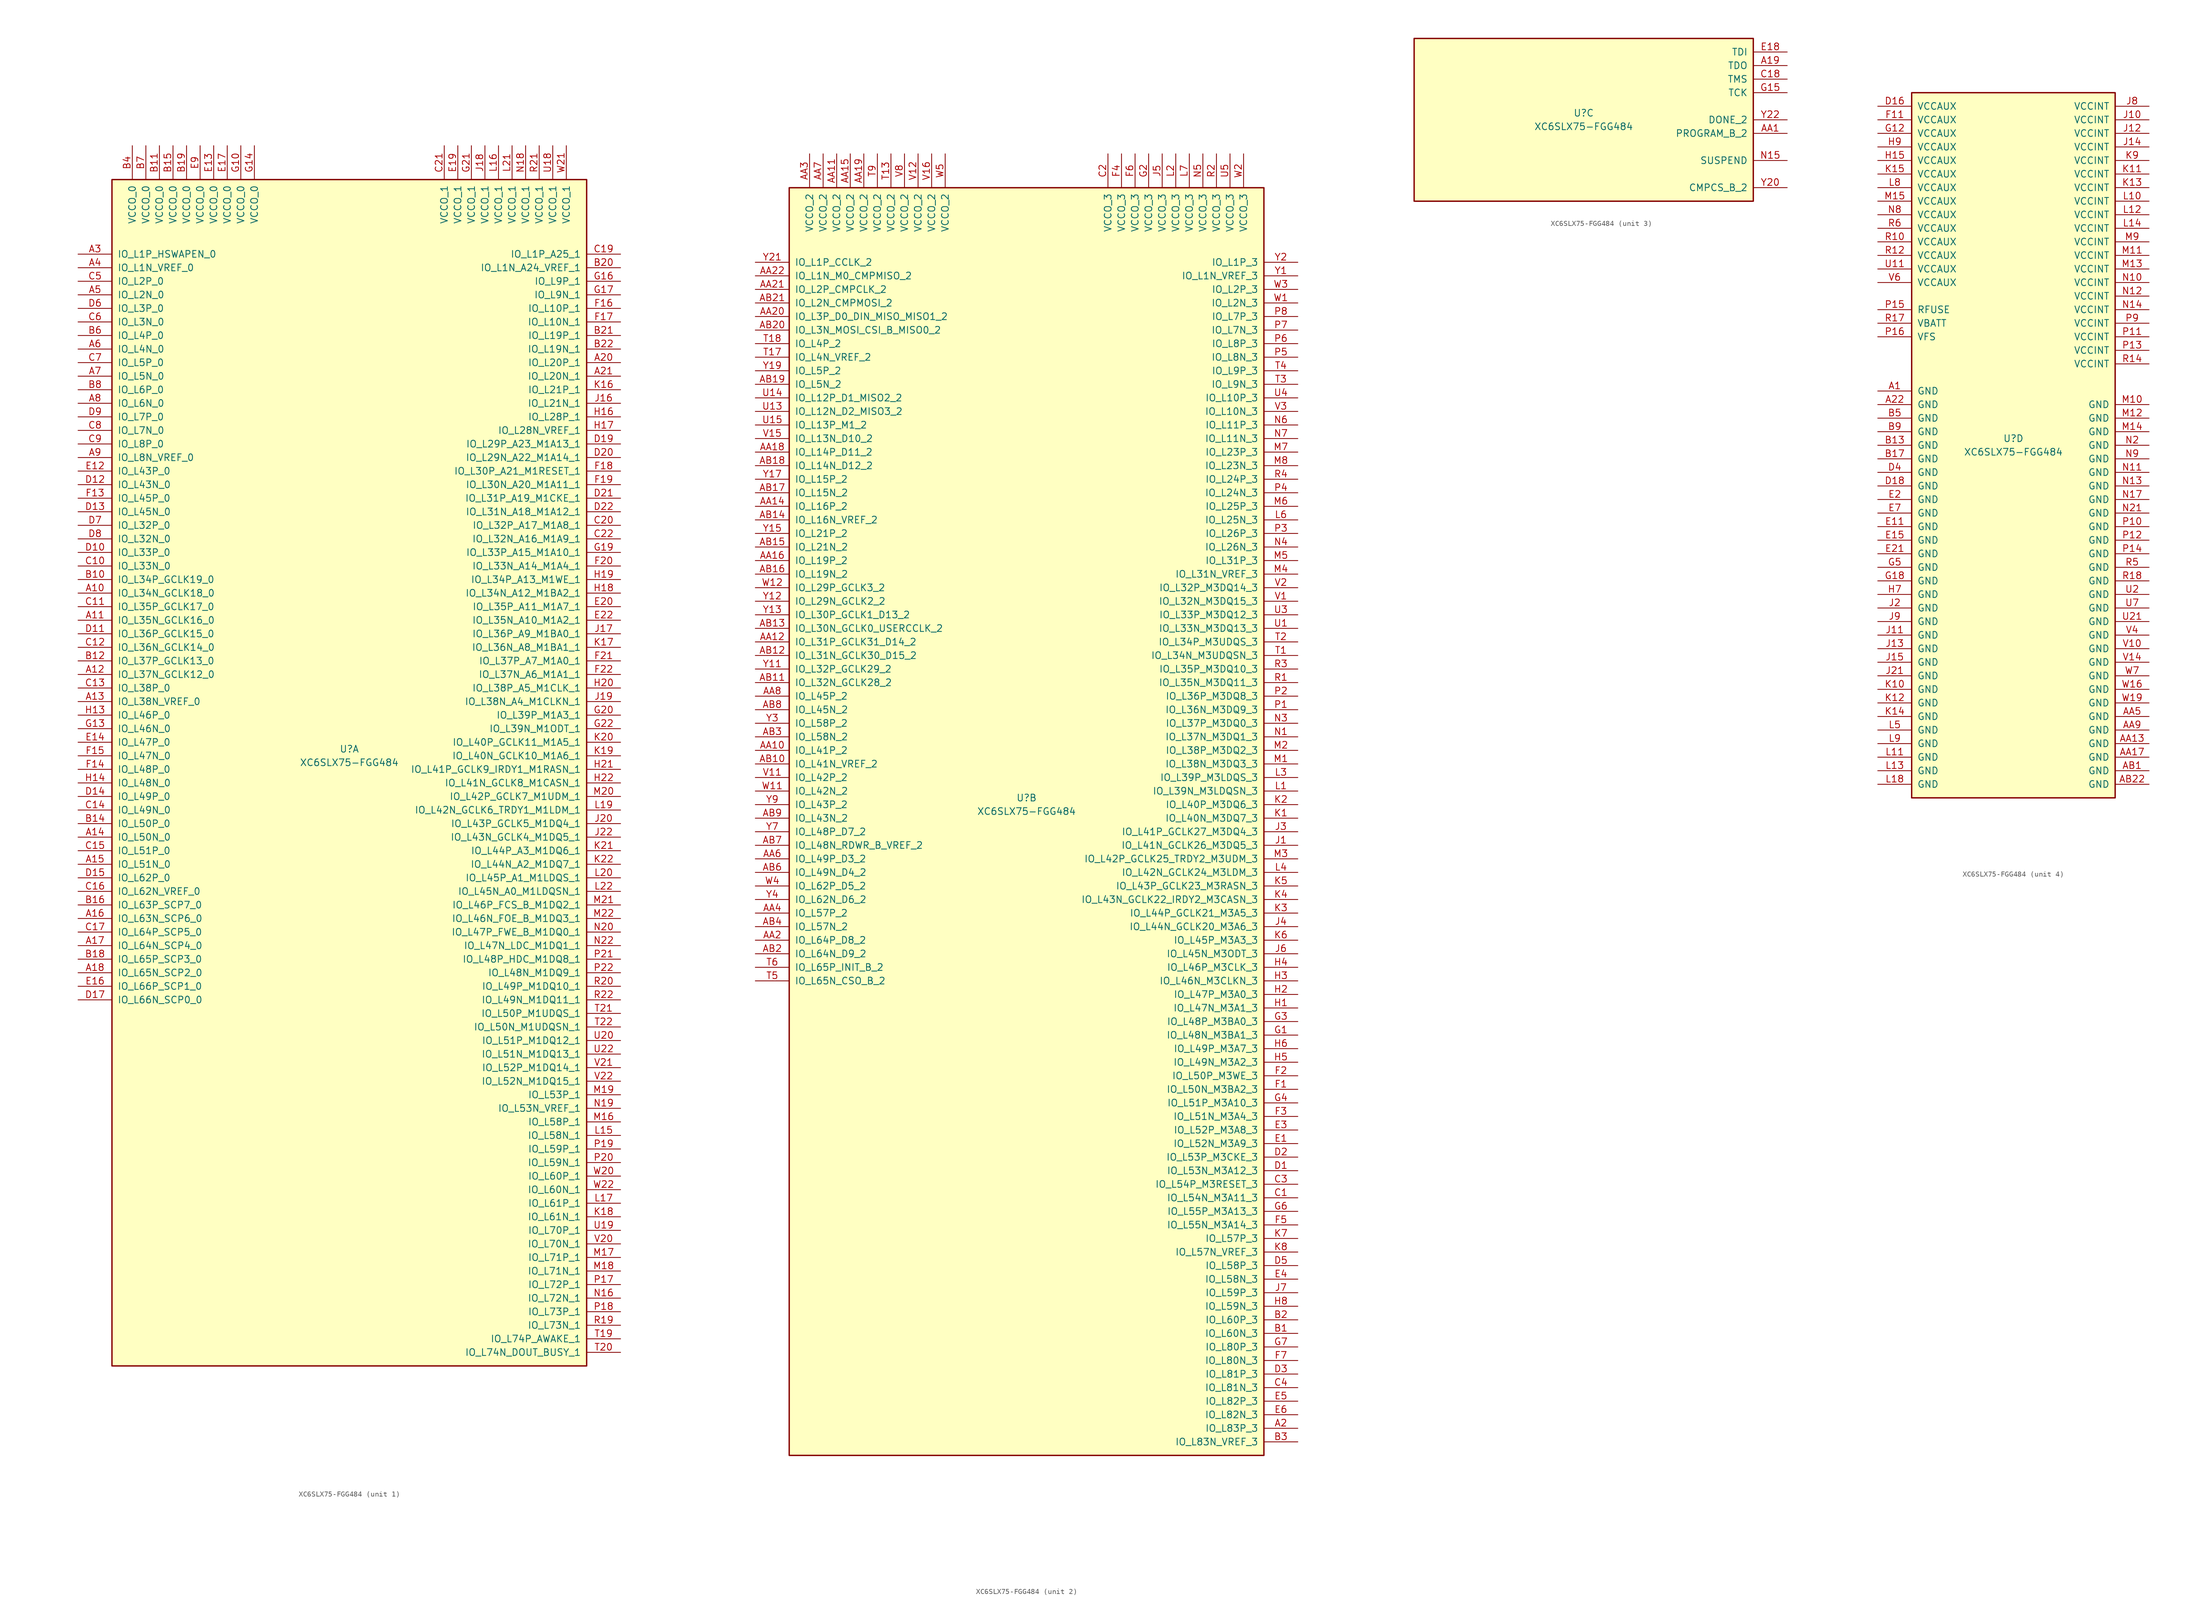
<source format=kicad_sym>
(kicad_symbol_lib
  (version 20201005)
  (generator kicad_symbol_editor)
  (symbol "FPGA_Xilinx_Spartan6:XC6SLX75-FGG484"
    (pin_names
      (offset 1.016))
    (property "Reference" "U"
      (at 0 1.27 0)
      (effects (font (size 1.27 1.27))))
    (property "Value" "XC6SLX75-FGG484"
      (at 0 -1.27 0)
      (effects (font (size 1.27 1.27))))
    (property "Datasheet" ""
      (at 0 0 0)
      (effects (font (size 1.27 1.27))))
    (property "ki_locked" ""
      (at 0 0 0)
      (effects (font (size 1.27 1.27))))
    (symbol "XC6SLX75-FGG484_1_1"
      (rectangle (start -44.45 107.95) (end 44.45 -114.3) (stroke (width 0.254)) (fill (type background)))
      (pin power_in line (at -40.64 114.3 270) (length 6.35) (name "VCCO_0" (effects (font (size 1.27 1.27)))) (number "B4" (effects (font (size 1.27 1.27)))))
      (pin power_in line (at -38.1 114.3 270) (length 6.35) (name "VCCO_0" (effects (font (size 1.27 1.27)))) (number "B7" (effects (font (size 1.27 1.27)))))
      (pin power_in line (at -35.56 114.3 270) (length 6.35) (name "VCCO_0" (effects (font (size 1.27 1.27)))) (number "B11" (effects (font (size 1.27 1.27)))))
      (pin power_in line (at -33.02 114.3 270) (length 6.35) (name "VCCO_0" (effects (font (size 1.27 1.27)))) (number "B15" (effects (font (size 1.27 1.27)))))
      (pin power_in line (at -30.48 114.3 270) (length 6.35) (name "VCCO_0" (effects (font (size 1.27 1.27)))) (number "B19" (effects (font (size 1.27 1.27)))))
      (pin power_in line (at -27.94 114.3 270) (length 6.35) (name "VCCO_0" (effects (font (size 1.27 1.27)))) (number "E9" (effects (font (size 1.27 1.27)))))
      (pin power_in line (at -25.4 114.3 270) (length 6.35) (name "VCCO_0" (effects (font (size 1.27 1.27)))) (number "E13" (effects (font (size 1.27 1.27)))))
      (pin power_in line (at -22.86 114.3 270) (length 6.35) (name "VCCO_0" (effects (font (size 1.27 1.27)))) (number "E17" (effects (font (size 1.27 1.27)))))
      (pin power_in line (at -20.32 114.3 270) (length 6.35) (name "VCCO_0" (effects (font (size 1.27 1.27)))) (number "G10" (effects (font (size 1.27 1.27)))))
      (pin power_in line (at -17.78 114.3 270) (length 6.35) (name "VCCO_0" (effects (font (size 1.27 1.27)))) (number "G14" (effects (font (size 1.27 1.27)))))
      (pin bidirectional line (at -50.8 93.98 0) (length 6.35) (name "IO_L1P_HSWAPEN_0" (effects (font (size 1.27 1.27)))) (number "A3" (effects (font (size 1.27 1.27)))))
      (pin bidirectional line (at -50.8 91.44 0) (length 6.35) (name "IO_L1N_VREF_0" (effects (font (size 1.27 1.27)))) (number "A4" (effects (font (size 1.27 1.27)))))
      (pin bidirectional line (at -50.8 88.9 0) (length 6.35) (name "IO_L2P_0" (effects (font (size 1.27 1.27)))) (number "C5" (effects (font (size 1.27 1.27)))))
      (pin bidirectional line (at -50.8 86.36 0) (length 6.35) (name "IO_L2N_0" (effects (font (size 1.27 1.27)))) (number "A5" (effects (font (size 1.27 1.27)))))
      (pin bidirectional line (at -50.8 83.82 0) (length 6.35) (name "IO_L3P_0" (effects (font (size 1.27 1.27)))) (number "D6" (effects (font (size 1.27 1.27)))))
      (pin bidirectional line (at -50.8 81.28 0) (length 6.35) (name "IO_L3N_0" (effects (font (size 1.27 1.27)))) (number "C6" (effects (font (size 1.27 1.27)))))
      (pin bidirectional line (at -50.8 78.74 0) (length 6.35) (name "IO_L4P_0" (effects (font (size 1.27 1.27)))) (number "B6" (effects (font (size 1.27 1.27)))))
      (pin bidirectional line (at -50.8 76.2 0) (length 6.35) (name "IO_L4N_0" (effects (font (size 1.27 1.27)))) (number "A6" (effects (font (size 1.27 1.27)))))
      (pin bidirectional line (at -50.8 73.66 0) (length 6.35) (name "IO_L5P_0" (effects (font (size 1.27 1.27)))) (number "C7" (effects (font (size 1.27 1.27)))))
      (pin bidirectional line (at -50.8 71.12 0) (length 6.35) (name "IO_L5N_0" (effects (font (size 1.27 1.27)))) (number "A7" (effects (font (size 1.27 1.27)))))
      (pin bidirectional line (at -50.8 68.58 0) (length 6.35) (name "IO_L6P_0" (effects (font (size 1.27 1.27)))) (number "B8" (effects (font (size 1.27 1.27)))))
      (pin bidirectional line (at -50.8 66.04 0) (length 6.35) (name "IO_L6N_0" (effects (font (size 1.27 1.27)))) (number "A8" (effects (font (size 1.27 1.27)))))
      (pin bidirectional line (at -50.8 63.5 0) (length 6.35) (name "IO_L7P_0" (effects (font (size 1.27 1.27)))) (number "D9" (effects (font (size 1.27 1.27)))))
      (pin bidirectional line (at -50.8 60.96 0) (length 6.35) (name "IO_L7N_0" (effects (font (size 1.27 1.27)))) (number "C8" (effects (font (size 1.27 1.27)))))
      (pin bidirectional line (at -50.8 58.42 0) (length 6.35) (name "IO_L8P_0" (effects (font (size 1.27 1.27)))) (number "C9" (effects (font (size 1.27 1.27)))))
      (pin bidirectional line (at -50.8 55.88 0) (length 6.35) (name "IO_L8N_VREF_0" (effects (font (size 1.27 1.27)))) (number "A9" (effects (font (size 1.27 1.27)))))
      (pin bidirectional line (at -50.8 53.34 0) (length 6.35) (name "IO_L43P_0" (effects (font (size 1.27 1.27)))) (number "E12" (effects (font (size 1.27 1.27)))))
      (pin bidirectional line (at -50.8 50.8 0) (length 6.35) (name "IO_L43N_0" (effects (font (size 1.27 1.27)))) (number "D12" (effects (font (size 1.27 1.27)))))
      (pin bidirectional line (at -50.8 48.26 0) (length 6.35) (name "IO_L45P_0" (effects (font (size 1.27 1.27)))) (number "F13" (effects (font (size 1.27 1.27)))))
      (pin bidirectional line (at -50.8 45.72 0) (length 6.35) (name "IO_L45N_0" (effects (font (size 1.27 1.27)))) (number "D13" (effects (font (size 1.27 1.27)))))
      (pin bidirectional line (at -50.8 43.18 0) (length 6.35) (name "IO_L32P_0" (effects (font (size 1.27 1.27)))) (number "D7" (effects (font (size 1.27 1.27)))))
      (pin bidirectional line (at -50.8 40.64 0) (length 6.35) (name "IO_L32N_0" (effects (font (size 1.27 1.27)))) (number "D8" (effects (font (size 1.27 1.27)))))
      (pin bidirectional line (at -50.8 38.1 0) (length 6.35) (name "IO_L33P_0" (effects (font (size 1.27 1.27)))) (number "D10" (effects (font (size 1.27 1.27)))))
      (pin bidirectional line (at -50.8 35.56 0) (length 6.35) (name "IO_L33N_0" (effects (font (size 1.27 1.27)))) (number "C10" (effects (font (size 1.27 1.27)))))
      (pin bidirectional line (at -50.8 33.02 0) (length 6.35) (name "IO_L34P_GCLK19_0" (effects (font (size 1.27 1.27)))) (number "B10" (effects (font (size 1.27 1.27)))))
      (pin bidirectional line (at -50.8 30.48 0) (length 6.35) (name "IO_L34N_GCLK18_0" (effects (font (size 1.27 1.27)))) (number "A10" (effects (font (size 1.27 1.27)))))
      (pin bidirectional line (at -50.8 27.94 0) (length 6.35) (name "IO_L35P_GCLK17_0" (effects (font (size 1.27 1.27)))) (number "C11" (effects (font (size 1.27 1.27)))))
      (pin bidirectional line (at -50.8 25.4 0) (length 6.35) (name "IO_L35N_GCLK16_0" (effects (font (size 1.27 1.27)))) (number "A11" (effects (font (size 1.27 1.27)))))
      (pin bidirectional line (at -50.8 22.86 0) (length 6.35) (name "IO_L36P_GCLK15_0" (effects (font (size 1.27 1.27)))) (number "D11" (effects (font (size 1.27 1.27)))))
      (pin bidirectional line (at -50.8 20.32 0) (length 6.35) (name "IO_L36N_GCLK14_0" (effects (font (size 1.27 1.27)))) (number "C12" (effects (font (size 1.27 1.27)))))
      (pin bidirectional line (at -50.8 17.78 0) (length 6.35) (name "IO_L37P_GCLK13_0" (effects (font (size 1.27 1.27)))) (number "B12" (effects (font (size 1.27 1.27)))))
      (pin bidirectional line (at -50.8 15.24 0) (length 6.35) (name "IO_L37N_GCLK12_0" (effects (font (size 1.27 1.27)))) (number "A12" (effects (font (size 1.27 1.27)))))
      (pin bidirectional line (at -50.8 12.7 0) (length 6.35) (name "IO_L38P_0" (effects (font (size 1.27 1.27)))) (number "C13" (effects (font (size 1.27 1.27)))))
      (pin bidirectional line (at -50.8 10.16 0) (length 6.35) (name "IO_L38N_VREF_0" (effects (font (size 1.27 1.27)))) (number "A13" (effects (font (size 1.27 1.27)))))
      (pin bidirectional line (at -50.8 7.62 0) (length 6.35) (name "IO_L46P_0" (effects (font (size 1.27 1.27)))) (number "H13" (effects (font (size 1.27 1.27)))))
      (pin bidirectional line (at -50.8 5.08 0) (length 6.35) (name "IO_L46N_0" (effects (font (size 1.27 1.27)))) (number "G13" (effects (font (size 1.27 1.27)))))
      (pin bidirectional line (at -50.8 2.54 0) (length 6.35) (name "IO_L47P_0" (effects (font (size 1.27 1.27)))) (number "E14" (effects (font (size 1.27 1.27)))))
      (pin bidirectional line (at -50.8 0 0) (length 6.35) (name "IO_L47N_0" (effects (font (size 1.27 1.27)))) (number "F15" (effects (font (size 1.27 1.27)))))
      (pin bidirectional line (at -50.8 -2.54 0) (length 6.35) (name "IO_L48P_0" (effects (font (size 1.27 1.27)))) (number "F14" (effects (font (size 1.27 1.27)))))
      (pin bidirectional line (at -50.8 -5.08 0) (length 6.35) (name "IO_L48N_0" (effects (font (size 1.27 1.27)))) (number "H14" (effects (font (size 1.27 1.27)))))
      (pin bidirectional line (at -50.8 -7.62 0) (length 6.35) (name "IO_L49P_0" (effects (font (size 1.27 1.27)))) (number "D14" (effects (font (size 1.27 1.27)))))
      (pin bidirectional line (at -50.8 -10.16 0) (length 6.35) (name "IO_L49N_0" (effects (font (size 1.27 1.27)))) (number "C14" (effects (font (size 1.27 1.27)))))
      (pin bidirectional line (at -50.8 -12.7 0) (length 6.35) (name "IO_L50P_0" (effects (font (size 1.27 1.27)))) (number "B14" (effects (font (size 1.27 1.27)))))
      (pin bidirectional line (at -50.8 -15.24 0) (length 6.35) (name "IO_L50N_0" (effects (font (size 1.27 1.27)))) (number "A14" (effects (font (size 1.27 1.27)))))
      (pin bidirectional line (at -50.8 -17.78 0) (length 6.35) (name "IO_L51P_0" (effects (font (size 1.27 1.27)))) (number "C15" (effects (font (size 1.27 1.27)))))
      (pin bidirectional line (at -50.8 -20.32 0) (length 6.35) (name "IO_L51N_0" (effects (font (size 1.27 1.27)))) (number "A15" (effects (font (size 1.27 1.27)))))
      (pin bidirectional line (at -50.8 -22.86 0) (length 6.35) (name "IO_L62P_0" (effects (font (size 1.27 1.27)))) (number "D15" (effects (font (size 1.27 1.27)))))
      (pin bidirectional line (at -50.8 -25.4 0) (length 6.35) (name "IO_L62N_VREF_0" (effects (font (size 1.27 1.27)))) (number "C16" (effects (font (size 1.27 1.27)))))
      (pin bidirectional line (at -50.8 -27.94 0) (length 6.35) (name "IO_L63P_SCP7_0" (effects (font (size 1.27 1.27)))) (number "B16" (effects (font (size 1.27 1.27)))))
      (pin bidirectional line (at -50.8 -30.48 0) (length 6.35) (name "IO_L63N_SCP6_0" (effects (font (size 1.27 1.27)))) (number "A16" (effects (font (size 1.27 1.27)))))
      (pin bidirectional line (at -50.8 -33.02 0) (length 6.35) (name "IO_L64P_SCP5_0" (effects (font (size 1.27 1.27)))) (number "C17" (effects (font (size 1.27 1.27)))))
      (pin bidirectional line (at -50.8 -35.56 0) (length 6.35) (name "IO_L64N_SCP4_0" (effects (font (size 1.27 1.27)))) (number "A17" (effects (font (size 1.27 1.27)))))
      (pin bidirectional line (at -50.8 -38.1 0) (length 6.35) (name "IO_L65P_SCP3_0" (effects (font (size 1.27 1.27)))) (number "B18" (effects (font (size 1.27 1.27)))))
      (pin bidirectional line (at -50.8 -40.64 0) (length 6.35) (name "IO_L65N_SCP2_0" (effects (font (size 1.27 1.27)))) (number "A18" (effects (font (size 1.27 1.27)))))
      (pin bidirectional line (at -50.8 -43.18 0) (length 6.35) (name "IO_L66P_SCP1_0" (effects (font (size 1.27 1.27)))) (number "E16" (effects (font (size 1.27 1.27)))))
      (pin bidirectional line (at -50.8 -45.72 0) (length 6.35) (name "IO_L66N_SCP0_0" (effects (font (size 1.27 1.27)))) (number "D17" (effects (font (size 1.27 1.27)))))
      (pin power_in line (at 17.78 114.3 270) (length 6.35) (name "VCCO_1" (effects (font (size 1.27 1.27)))) (number "C21" (effects (font (size 1.27 1.27)))))
      (pin power_in line (at 20.32 114.3 270) (length 6.35) (name "VCCO_1" (effects (font (size 1.27 1.27)))) (number "E19" (effects (font (size 1.27 1.27)))))
      (pin power_in line (at 22.86 114.3 270) (length 6.35) (name "VCCO_1" (effects (font (size 1.27 1.27)))) (number "G21" (effects (font (size 1.27 1.27)))))
      (pin power_in line (at 25.4 114.3 270) (length 6.35) (name "VCCO_1" (effects (font (size 1.27 1.27)))) (number "J18" (effects (font (size 1.27 1.27)))))
      (pin power_in line (at 27.94 114.3 270) (length 6.35) (name "VCCO_1" (effects (font (size 1.27 1.27)))) (number "L16" (effects (font (size 1.27 1.27)))))
      (pin power_in line (at 30.48 114.3 270) (length 6.35) (name "VCCO_1" (effects (font (size 1.27 1.27)))) (number "L21" (effects (font (size 1.27 1.27)))))
      (pin power_in line (at 33.02 114.3 270) (length 6.35) (name "VCCO_1" (effects (font (size 1.27 1.27)))) (number "N18" (effects (font (size 1.27 1.27)))))
      (pin power_in line (at 35.56 114.3 270) (length 6.35) (name "VCCO_1" (effects (font (size 1.27 1.27)))) (number "R21" (effects (font (size 1.27 1.27)))))
      (pin power_in line (at 38.1 114.3 270) (length 6.35) (name "VCCO_1" (effects (font (size 1.27 1.27)))) (number "U18" (effects (font (size 1.27 1.27)))))
      (pin power_in line (at 40.64 114.3 270) (length 6.35) (name "VCCO_1" (effects (font (size 1.27 1.27)))) (number "W21" (effects (font (size 1.27 1.27)))))
      (pin bidirectional line (at 50.8 93.98 180) (length 6.35) (name "IO_L1P_A25_1" (effects (font (size 1.27 1.27)))) (number "C19" (effects (font (size 1.27 1.27)))))
      (pin bidirectional line (at 50.8 91.44 180) (length 6.35) (name "IO_L1N_A24_VREF_1" (effects (font (size 1.27 1.27)))) (number "B20" (effects (font (size 1.27 1.27)))))
      (pin bidirectional line (at 50.8 88.9 180) (length 6.35) (name "IO_L9P_1" (effects (font (size 1.27 1.27)))) (number "G16" (effects (font (size 1.27 1.27)))))
      (pin bidirectional line (at 50.8 86.36 180) (length 6.35) (name "IO_L9N_1" (effects (font (size 1.27 1.27)))) (number "G17" (effects (font (size 1.27 1.27)))))
      (pin bidirectional line (at 50.8 83.82 180) (length 6.35) (name "IO_L10P_1" (effects (font (size 1.27 1.27)))) (number "F16" (effects (font (size 1.27 1.27)))))
      (pin bidirectional line (at 50.8 81.28 180) (length 6.35) (name "IO_L10N_1" (effects (font (size 1.27 1.27)))) (number "F17" (effects (font (size 1.27 1.27)))))
      (pin bidirectional line (at 50.8 78.74 180) (length 6.35) (name "IO_L19P_1" (effects (font (size 1.27 1.27)))) (number "B21" (effects (font (size 1.27 1.27)))))
      (pin bidirectional line (at 50.8 76.2 180) (length 6.35) (name "IO_L19N_1" (effects (font (size 1.27 1.27)))) (number "B22" (effects (font (size 1.27 1.27)))))
      (pin bidirectional line (at 50.8 73.66 180) (length 6.35) (name "IO_L20P_1" (effects (font (size 1.27 1.27)))) (number "A20" (effects (font (size 1.27 1.27)))))
      (pin bidirectional line (at 50.8 71.12 180) (length 6.35) (name "IO_L20N_1" (effects (font (size 1.27 1.27)))) (number "A21" (effects (font (size 1.27 1.27)))))
      (pin bidirectional line (at 50.8 68.58 180) (length 6.35) (name "IO_L21P_1" (effects (font (size 1.27 1.27)))) (number "K16" (effects (font (size 1.27 1.27)))))
      (pin bidirectional line (at 50.8 66.04 180) (length 6.35) (name "IO_L21N_1" (effects (font (size 1.27 1.27)))) (number "J16" (effects (font (size 1.27 1.27)))))
      (pin bidirectional line (at 50.8 63.5 180) (length 6.35) (name "IO_L28P_1" (effects (font (size 1.27 1.27)))) (number "H16" (effects (font (size 1.27 1.27)))))
      (pin bidirectional line (at 50.8 60.96 180) (length 6.35) (name "IO_L28N_VREF_1" (effects (font (size 1.27 1.27)))) (number "H17" (effects (font (size 1.27 1.27)))))
      (pin bidirectional line (at 50.8 58.42 180) (length 6.35) (name "IO_L29P_A23_M1A13_1" (effects (font (size 1.27 1.27)))) (number "D19" (effects (font (size 1.27 1.27)))))
      (pin bidirectional line (at 50.8 55.88 180) (length 6.35) (name "IO_L29N_A22_M1A14_1" (effects (font (size 1.27 1.27)))) (number "D20" (effects (font (size 1.27 1.27)))))
      (pin bidirectional line (at 50.8 53.34 180) (length 6.35) (name "IO_L30P_A21_M1RESET_1" (effects (font (size 1.27 1.27)))) (number "F18" (effects (font (size 1.27 1.27)))))
      (pin bidirectional line (at 50.8 50.8 180) (length 6.35) (name "IO_L30N_A20_M1A11_1" (effects (font (size 1.27 1.27)))) (number "F19" (effects (font (size 1.27 1.27)))))
      (pin bidirectional line (at 50.8 48.26 180) (length 6.35) (name "IO_L31P_A19_M1CKE_1" (effects (font (size 1.27 1.27)))) (number "D21" (effects (font (size 1.27 1.27)))))
      (pin bidirectional line (at 50.8 45.72 180) (length 6.35) (name "IO_L31N_A18_M1A12_1" (effects (font (size 1.27 1.27)))) (number "D22" (effects (font (size 1.27 1.27)))))
      (pin bidirectional line (at 50.8 43.18 180) (length 6.35) (name "IO_L32P_A17_M1A8_1" (effects (font (size 1.27 1.27)))) (number "C20" (effects (font (size 1.27 1.27)))))
      (pin bidirectional line (at 50.8 40.64 180) (length 6.35) (name "IO_L32N_A16_M1A9_1" (effects (font (size 1.27 1.27)))) (number "C22" (effects (font (size 1.27 1.27)))))
      (pin bidirectional line (at 50.8 38.1 180) (length 6.35) (name "IO_L33P_A15_M1A10_1" (effects (font (size 1.27 1.27)))) (number "G19" (effects (font (size 1.27 1.27)))))
      (pin bidirectional line (at 50.8 35.56 180) (length 6.35) (name "IO_L33N_A14_M1A4_1" (effects (font (size 1.27 1.27)))) (number "F20" (effects (font (size 1.27 1.27)))))
      (pin bidirectional line (at 50.8 33.02 180) (length 6.35) (name "IO_L34P_A13_M1WE_1" (effects (font (size 1.27 1.27)))) (number "H19" (effects (font (size 1.27 1.27)))))
      (pin bidirectional line (at 50.8 30.48 180) (length 6.35) (name "IO_L34N_A12_M1BA2_1" (effects (font (size 1.27 1.27)))) (number "H18" (effects (font (size 1.27 1.27)))))
      (pin bidirectional line (at 50.8 27.94 180) (length 6.35) (name "IO_L35P_A11_M1A7_1" (effects (font (size 1.27 1.27)))) (number "E20" (effects (font (size 1.27 1.27)))))
      (pin bidirectional line (at 50.8 25.4 180) (length 6.35) (name "IO_L35N_A10_M1A2_1" (effects (font (size 1.27 1.27)))) (number "E22" (effects (font (size 1.27 1.27)))))
      (pin bidirectional line (at 50.8 22.86 180) (length 6.35) (name "IO_L36P_A9_M1BA0_1" (effects (font (size 1.27 1.27)))) (number "J17" (effects (font (size 1.27 1.27)))))
      (pin bidirectional line (at 50.8 20.32 180) (length 6.35) (name "IO_L36N_A8_M1BA1_1" (effects (font (size 1.27 1.27)))) (number "K17" (effects (font (size 1.27 1.27)))))
      (pin bidirectional line (at 50.8 17.78 180) (length 6.35) (name "IO_L37P_A7_M1A0_1" (effects (font (size 1.27 1.27)))) (number "F21" (effects (font (size 1.27 1.27)))))
      (pin bidirectional line (at 50.8 15.24 180) (length 6.35) (name "IO_L37N_A6_M1A1_1" (effects (font (size 1.27 1.27)))) (number "F22" (effects (font (size 1.27 1.27)))))
      (pin bidirectional line (at 50.8 12.7 180) (length 6.35) (name "IO_L38P_A5_M1CLK_1" (effects (font (size 1.27 1.27)))) (number "H20" (effects (font (size 1.27 1.27)))))
      (pin bidirectional line (at 50.8 10.16 180) (length 6.35) (name "IO_L38N_A4_M1CLKN_1" (effects (font (size 1.27 1.27)))) (number "J19" (effects (font (size 1.27 1.27)))))
      (pin bidirectional line (at 50.8 7.62 180) (length 6.35) (name "IO_L39P_M1A3_1" (effects (font (size 1.27 1.27)))) (number "G20" (effects (font (size 1.27 1.27)))))
      (pin bidirectional line (at 50.8 5.08 180) (length 6.35) (name "IO_L39N_M1ODT_1" (effects (font (size 1.27 1.27)))) (number "G22" (effects (font (size 1.27 1.27)))))
      (pin bidirectional line (at 50.8 2.54 180) (length 6.35) (name "IO_L40P_GCLK11_M1A5_1" (effects (font (size 1.27 1.27)))) (number "K20" (effects (font (size 1.27 1.27)))))
      (pin bidirectional line (at 50.8 0 180) (length 6.35) (name "IO_L40N_GCLK10_M1A6_1" (effects (font (size 1.27 1.27)))) (number "K19" (effects (font (size 1.27 1.27)))))
      (pin bidirectional line (at 50.8 -2.54 180) (length 6.35) (name "IO_L41P_GCLK9_IRDY1_M1RASN_1" (effects (font (size 1.27 1.27)))) (number "H21" (effects (font (size 1.27 1.27)))))
      (pin bidirectional line (at 50.8 -5.08 180) (length 6.35) (name "IO_L41N_GCLK8_M1CASN_1" (effects (font (size 1.27 1.27)))) (number "H22" (effects (font (size 1.27 1.27)))))
      (pin bidirectional line (at 50.8 -7.62 180) (length 6.35) (name "IO_L42P_GCLK7_M1UDM_1" (effects (font (size 1.27 1.27)))) (number "M20" (effects (font (size 1.27 1.27)))))
      (pin bidirectional line (at 50.8 -10.16 180) (length 6.35) (name "IO_L42N_GCLK6_TRDY1_M1LDM_1" (effects (font (size 1.27 1.27)))) (number "L19" (effects (font (size 1.27 1.27)))))
      (pin bidirectional line (at 50.8 -12.7 180) (length 6.35) (name "IO_L43P_GCLK5_M1DQ4_1" (effects (font (size 1.27 1.27)))) (number "J20" (effects (font (size 1.27 1.27)))))
      (pin bidirectional line (at 50.8 -15.24 180) (length 6.35) (name "IO_L43N_GCLK4_M1DQ5_1" (effects (font (size 1.27 1.27)))) (number "J22" (effects (font (size 1.27 1.27)))))
      (pin bidirectional line (at 50.8 -17.78 180) (length 6.35) (name "IO_L44P_A3_M1DQ6_1" (effects (font (size 1.27 1.27)))) (number "K21" (effects (font (size 1.27 1.27)))))
      (pin bidirectional line (at 50.8 -20.32 180) (length 6.35) (name "IO_L44N_A2_M1DQ7_1" (effects (font (size 1.27 1.27)))) (number "K22" (effects (font (size 1.27 1.27)))))
      (pin bidirectional line (at 50.8 -22.86 180) (length 6.35) (name "IO_L45P_A1_M1LDQS_1" (effects (font (size 1.27 1.27)))) (number "L20" (effects (font (size 1.27 1.27)))))
      (pin bidirectional line (at 50.8 -25.4 180) (length 6.35) (name "IO_L45N_A0_M1LDQSN_1" (effects (font (size 1.27 1.27)))) (number "L22" (effects (font (size 1.27 1.27)))))
      (pin bidirectional line (at 50.8 -27.94 180) (length 6.35) (name "IO_L46P_FCS_B_M1DQ2_1" (effects (font (size 1.27 1.27)))) (number "M21" (effects (font (size 1.27 1.27)))))
      (pin bidirectional line (at 50.8 -30.48 180) (length 6.35) (name "IO_L46N_FOE_B_M1DQ3_1" (effects (font (size 1.27 1.27)))) (number "M22" (effects (font (size 1.27 1.27)))))
      (pin bidirectional line (at 50.8 -33.02 180) (length 6.35) (name "IO_L47P_FWE_B_M1DQ0_1" (effects (font (size 1.27 1.27)))) (number "N20" (effects (font (size 1.27 1.27)))))
      (pin bidirectional line (at 50.8 -35.56 180) (length 6.35) (name "IO_L47N_LDC_M1DQ1_1" (effects (font (size 1.27 1.27)))) (number "N22" (effects (font (size 1.27 1.27)))))
      (pin bidirectional line (at 50.8 -38.1 180) (length 6.35) (name "IO_L48P_HDC_M1DQ8_1" (effects (font (size 1.27 1.27)))) (number "P21" (effects (font (size 1.27 1.27)))))
      (pin bidirectional line (at 50.8 -40.64 180) (length 6.35) (name "IO_L48N_M1DQ9_1" (effects (font (size 1.27 1.27)))) (number "P22" (effects (font (size 1.27 1.27)))))
      (pin bidirectional line (at 50.8 -43.18 180) (length 6.35) (name "IO_L49P_M1DQ10_1" (effects (font (size 1.27 1.27)))) (number "R20" (effects (font (size 1.27 1.27)))))
      (pin bidirectional line (at 50.8 -45.72 180) (length 6.35) (name "IO_L49N_M1DQ11_1" (effects (font (size 1.27 1.27)))) (number "R22" (effects (font (size 1.27 1.27)))))
      (pin bidirectional line (at 50.8 -48.26 180) (length 6.35) (name "IO_L50P_M1UDQS_1" (effects (font (size 1.27 1.27)))) (number "T21" (effects (font (size 1.27 1.27)))))
      (pin bidirectional line (at 50.8 -50.8 180) (length 6.35) (name "IO_L50N_M1UDQSN_1" (effects (font (size 1.27 1.27)))) (number "T22" (effects (font (size 1.27 1.27)))))
      (pin bidirectional line (at 50.8 -53.34 180) (length 6.35) (name "IO_L51P_M1DQ12_1" (effects (font (size 1.27 1.27)))) (number "U20" (effects (font (size 1.27 1.27)))))
      (pin bidirectional line (at 50.8 -55.88 180) (length 6.35) (name "IO_L51N_M1DQ13_1" (effects (font (size 1.27 1.27)))) (number "U22" (effects (font (size 1.27 1.27)))))
      (pin bidirectional line (at 50.8 -58.42 180) (length 6.35) (name "IO_L52P_M1DQ14_1" (effects (font (size 1.27 1.27)))) (number "V21" (effects (font (size 1.27 1.27)))))
      (pin bidirectional line (at 50.8 -60.96 180) (length 6.35) (name "IO_L52N_M1DQ15_1" (effects (font (size 1.27 1.27)))) (number "V22" (effects (font (size 1.27 1.27)))))
      (pin bidirectional line (at 50.8 -63.5 180) (length 6.35) (name "IO_L53P_1" (effects (font (size 1.27 1.27)))) (number "M19" (effects (font (size 1.27 1.27)))))
      (pin bidirectional line (at 50.8 -66.04 180) (length 6.35) (name "IO_L53N_VREF_1" (effects (font (size 1.27 1.27)))) (number "N19" (effects (font (size 1.27 1.27)))))
      (pin bidirectional line (at 50.8 -68.58 180) (length 6.35) (name "IO_L58P_1" (effects (font (size 1.27 1.27)))) (number "M16" (effects (font (size 1.27 1.27)))))
      (pin bidirectional line (at 50.8 -71.12 180) (length 6.35) (name "IO_L58N_1" (effects (font (size 1.27 1.27)))) (number "L15" (effects (font (size 1.27 1.27)))))
      (pin bidirectional line (at 50.8 -73.66 180) (length 6.35) (name "IO_L59P_1" (effects (font (size 1.27 1.27)))) (number "P19" (effects (font (size 1.27 1.27)))))
      (pin bidirectional line (at 50.8 -76.2 180) (length 6.35) (name "IO_L59N_1" (effects (font (size 1.27 1.27)))) (number "P20" (effects (font (size 1.27 1.27)))))
      (pin bidirectional line (at 50.8 -78.74 180) (length 6.35) (name "IO_L60P_1" (effects (font (size 1.27 1.27)))) (number "W20" (effects (font (size 1.27 1.27)))))
      (pin bidirectional line (at 50.8 -81.28 180) (length 6.35) (name "IO_L60N_1" (effects (font (size 1.27 1.27)))) (number "W22" (effects (font (size 1.27 1.27)))))
      (pin bidirectional line (at 50.8 -83.82 180) (length 6.35) (name "IO_L61P_1" (effects (font (size 1.27 1.27)))) (number "L17" (effects (font (size 1.27 1.27)))))
      (pin bidirectional line (at 50.8 -86.36 180) (length 6.35) (name "IO_L61N_1" (effects (font (size 1.27 1.27)))) (number "K18" (effects (font (size 1.27 1.27)))))
      (pin bidirectional line (at 50.8 -88.9 180) (length 6.35) (name "IO_L70P_1" (effects (font (size 1.27 1.27)))) (number "U19" (effects (font (size 1.27 1.27)))))
      (pin bidirectional line (at 50.8 -91.44 180) (length 6.35) (name "IO_L70N_1" (effects (font (size 1.27 1.27)))) (number "V20" (effects (font (size 1.27 1.27)))))
      (pin bidirectional line (at 50.8 -93.98 180) (length 6.35) (name "IO_L71P_1" (effects (font (size 1.27 1.27)))) (number "M17" (effects (font (size 1.27 1.27)))))
      (pin bidirectional line (at 50.8 -96.52 180) (length 6.35) (name "IO_L71N_1" (effects (font (size 1.27 1.27)))) (number "M18" (effects (font (size 1.27 1.27)))))
      (pin bidirectional line (at 50.8 -99.06 180) (length 6.35) (name "IO_L72P_1" (effects (font (size 1.27 1.27)))) (number "P17" (effects (font (size 1.27 1.27)))))
      (pin bidirectional line (at 50.8 -101.6 180) (length 6.35) (name "IO_L72N_1" (effects (font (size 1.27 1.27)))) (number "N16" (effects (font (size 1.27 1.27)))))
      (pin bidirectional line (at 50.8 -104.14 180) (length 6.35) (name "IO_L73P_1" (effects (font (size 1.27 1.27)))) (number "P18" (effects (font (size 1.27 1.27)))))
      (pin bidirectional line (at 50.8 -106.68 180) (length 6.35) (name "IO_L73N_1" (effects (font (size 1.27 1.27)))) (number "R19" (effects (font (size 1.27 1.27)))))
      (pin bidirectional line (at 50.8 -109.22 180) (length 6.35) (name "IO_L74P_AWAKE_1" (effects (font (size 1.27 1.27)))) (number "T19" (effects (font (size 1.27 1.27)))))
      (pin bidirectional line (at 50.8 -111.76 180) (length 6.35) (name "IO_L74N_DOUT_BUSY_1" (effects (font (size 1.27 1.27)))) (number "T20" (effects (font (size 1.27 1.27))))))
    (symbol "XC6SLX75-FGG484_2_1"
      (rectangle (start -44.45 115.57) (end 44.45 -121.92) (stroke (width 0.254)) (fill (type background)))
      (pin power_in line (at -40.64 121.92 270) (length 6.35) (name "VCCO_2" (effects (font (size 1.27 1.27)))) (number "AA3" (effects (font (size 1.27 1.27)))))
      (pin power_in line (at -38.1 121.92 270) (length 6.35) (name "VCCO_2" (effects (font (size 1.27 1.27)))) (number "AA7" (effects (font (size 1.27 1.27)))))
      (pin power_in line (at -35.56 121.92 270) (length 6.35) (name "VCCO_2" (effects (font (size 1.27 1.27)))) (number "AA11" (effects (font (size 1.27 1.27)))))
      (pin power_in line (at -33.02 121.92 270) (length 6.35) (name "VCCO_2" (effects (font (size 1.27 1.27)))) (number "AA15" (effects (font (size 1.27 1.27)))))
      (pin power_in line (at -30.48 121.92 270) (length 6.35) (name "VCCO_2" (effects (font (size 1.27 1.27)))) (number "AA19" (effects (font (size 1.27 1.27)))))
      (pin power_in line (at -27.94 121.92 270) (length 6.35) (name "VCCO_2" (effects (font (size 1.27 1.27)))) (number "T9" (effects (font (size 1.27 1.27)))))
      (pin power_in line (at -25.4 121.92 270) (length 6.35) (name "VCCO_2" (effects (font (size 1.27 1.27)))) (number "T13" (effects (font (size 1.27 1.27)))))
      (pin power_in line (at -22.86 121.92 270) (length 6.35) (name "VCCO_2" (effects (font (size 1.27 1.27)))) (number "V8" (effects (font (size 1.27 1.27)))))
      (pin power_in line (at -20.32 121.92 270) (length 6.35) (name "VCCO_2" (effects (font (size 1.27 1.27)))) (number "V12" (effects (font (size 1.27 1.27)))))
      (pin power_in line (at -17.78 121.92 270) (length 6.35) (name "VCCO_2" (effects (font (size 1.27 1.27)))) (number "V16" (effects (font (size 1.27 1.27)))))
      (pin power_in line (at -15.24 121.92 270) (length 6.35) (name "VCCO_2" (effects (font (size 1.27 1.27)))) (number "W5" (effects (font (size 1.27 1.27)))))
      (pin bidirectional line (at -50.8 101.6 0) (length 6.35) (name "IO_L1P_CCLK_2" (effects (font (size 1.27 1.27)))) (number "Y21" (effects (font (size 1.27 1.27)))))
      (pin bidirectional line (at -50.8 99.06 0) (length 6.35) (name "IO_L1N_M0_CMPMISO_2" (effects (font (size 1.27 1.27)))) (number "AA22" (effects (font (size 1.27 1.27)))))
      (pin bidirectional line (at -50.8 96.52 0) (length 6.35) (name "IO_L2P_CMPCLK_2" (effects (font (size 1.27 1.27)))) (number "AA21" (effects (font (size 1.27 1.27)))))
      (pin bidirectional line (at -50.8 93.98 0) (length 6.35) (name "IO_L2N_CMPMOSI_2" (effects (font (size 1.27 1.27)))) (number "AB21" (effects (font (size 1.27 1.27)))))
      (pin bidirectional line (at -50.8 91.44 0) (length 6.35) (name "IO_L3P_D0_DIN_MISO_MISO1_2" (effects (font (size 1.27 1.27)))) (number "AA20" (effects (font (size 1.27 1.27)))))
      (pin bidirectional line (at -50.8 88.9 0) (length 6.35) (name "IO_L3N_MOSI_CSI_B_MISO0_2" (effects (font (size 1.27 1.27)))) (number "AB20" (effects (font (size 1.27 1.27)))))
      (pin bidirectional line (at -50.8 86.36 0) (length 6.35) (name "IO_L4P_2" (effects (font (size 1.27 1.27)))) (number "T18" (effects (font (size 1.27 1.27)))))
      (pin bidirectional line (at -50.8 83.82 0) (length 6.35) (name "IO_L4N_VREF_2" (effects (font (size 1.27 1.27)))) (number "T17" (effects (font (size 1.27 1.27)))))
      (pin bidirectional line (at -50.8 81.28 0) (length 6.35) (name "IO_L5P_2" (effects (font (size 1.27 1.27)))) (number "Y19" (effects (font (size 1.27 1.27)))))
      (pin bidirectional line (at -50.8 78.74 0) (length 6.35) (name "IO_L5N_2" (effects (font (size 1.27 1.27)))) (number "AB19" (effects (font (size 1.27 1.27)))))
      (pin bidirectional line (at -50.8 76.2 0) (length 6.35) (name "IO_L12P_D1_MISO2_2" (effects (font (size 1.27 1.27)))) (number "U14" (effects (font (size 1.27 1.27)))))
      (pin bidirectional line (at -50.8 73.66 0) (length 6.35) (name "IO_L12N_D2_MISO3_2" (effects (font (size 1.27 1.27)))) (number "U13" (effects (font (size 1.27 1.27)))))
      (pin bidirectional line (at -50.8 71.12 0) (length 6.35) (name "IO_L13P_M1_2" (effects (font (size 1.27 1.27)))) (number "U15" (effects (font (size 1.27 1.27)))))
      (pin bidirectional line (at -50.8 68.58 0) (length 6.35) (name "IO_L13N_D10_2" (effects (font (size 1.27 1.27)))) (number "V15" (effects (font (size 1.27 1.27)))))
      (pin bidirectional line (at -50.8 66.04 0) (length 6.35) (name "IO_L14P_D11_2" (effects (font (size 1.27 1.27)))) (number "AA18" (effects (font (size 1.27 1.27)))))
      (pin bidirectional line (at -50.8 63.5 0) (length 6.35) (name "IO_L14N_D12_2" (effects (font (size 1.27 1.27)))) (number "AB18" (effects (font (size 1.27 1.27)))))
      (pin bidirectional line (at -50.8 60.96 0) (length 6.35) (name "IO_L15P_2" (effects (font (size 1.27 1.27)))) (number "Y17" (effects (font (size 1.27 1.27)))))
      (pin bidirectional line (at -50.8 58.42 0) (length 6.35) (name "IO_L15N_2" (effects (font (size 1.27 1.27)))) (number "AB17" (effects (font (size 1.27 1.27)))))
      (pin bidirectional line (at -50.8 55.88 0) (length 6.35) (name "IO_L16P_2" (effects (font (size 1.27 1.27)))) (number "AA14" (effects (font (size 1.27 1.27)))))
      (pin bidirectional line (at -50.8 53.34 0) (length 6.35) (name "IO_L16N_VREF_2" (effects (font (size 1.27 1.27)))) (number "AB14" (effects (font (size 1.27 1.27)))))
      (pin bidirectional line (at -50.8 50.8 0) (length 6.35) (name "IO_L21P_2" (effects (font (size 1.27 1.27)))) (number "Y15" (effects (font (size 1.27 1.27)))))
      (pin bidirectional line (at -50.8 48.26 0) (length 6.35) (name "IO_L21N_2" (effects (font (size 1.27 1.27)))) (number "AB15" (effects (font (size 1.27 1.27)))))
      (pin bidirectional line (at -50.8 45.72 0) (length 6.35) (name "IO_L19P_2" (effects (font (size 1.27 1.27)))) (number "AA16" (effects (font (size 1.27 1.27)))))
      (pin bidirectional line (at -50.8 43.18 0) (length 6.35) (name "IO_L19N_2" (effects (font (size 1.27 1.27)))) (number "AB16" (effects (font (size 1.27 1.27)))))
      (pin bidirectional line (at -50.8 40.64 0) (length 6.35) (name "IO_L29P_GCLK3_2" (effects (font (size 1.27 1.27)))) (number "W12" (effects (font (size 1.27 1.27)))))
      (pin bidirectional line (at -50.8 38.1 0) (length 6.35) (name "IO_L29N_GCLK2_2" (effects (font (size 1.27 1.27)))) (number "Y12" (effects (font (size 1.27 1.27)))))
      (pin bidirectional line (at -50.8 35.56 0) (length 6.35) (name "IO_L30P_GCLK1_D13_2" (effects (font (size 1.27 1.27)))) (number "Y13" (effects (font (size 1.27 1.27)))))
      (pin bidirectional line (at -50.8 33.02 0) (length 6.35) (name "IO_L30N_GCLK0_USERCCLK_2" (effects (font (size 1.27 1.27)))) (number "AB13" (effects (font (size 1.27 1.27)))))
      (pin bidirectional line (at -50.8 30.48 0) (length 6.35) (name "IO_L31P_GCLK31_D14_2" (effects (font (size 1.27 1.27)))) (number "AA12" (effects (font (size 1.27 1.27)))))
      (pin bidirectional line (at -50.8 27.94 0) (length 6.35) (name "IO_L31N_GCLK30_D15_2" (effects (font (size 1.27 1.27)))) (number "AB12" (effects (font (size 1.27 1.27)))))
      (pin bidirectional line (at -50.8 25.4 0) (length 6.35) (name "IO_L32P_GCLK29_2" (effects (font (size 1.27 1.27)))) (number "Y11" (effects (font (size 1.27 1.27)))))
      (pin bidirectional line (at -50.8 22.86 0) (length 6.35) (name "IO_L32N_GCLK28_2" (effects (font (size 1.27 1.27)))) (number "AB11" (effects (font (size 1.27 1.27)))))
      (pin bidirectional line (at -50.8 20.32 0) (length 6.35) (name "IO_L45P_2" (effects (font (size 1.27 1.27)))) (number "AA8" (effects (font (size 1.27 1.27)))))
      (pin bidirectional line (at -50.8 17.78 0) (length 6.35) (name "IO_L45N_2" (effects (font (size 1.27 1.27)))) (number "AB8" (effects (font (size 1.27 1.27)))))
      (pin bidirectional line (at -50.8 15.24 0) (length 6.35) (name "IO_L58P_2" (effects (font (size 1.27 1.27)))) (number "Y3" (effects (font (size 1.27 1.27)))))
      (pin bidirectional line (at -50.8 12.7 0) (length 6.35) (name "IO_L58N_2" (effects (font (size 1.27 1.27)))) (number "AB3" (effects (font (size 1.27 1.27)))))
      (pin bidirectional line (at -50.8 10.16 0) (length 6.35) (name "IO_L41P_2" (effects (font (size 1.27 1.27)))) (number "AA10" (effects (font (size 1.27 1.27)))))
      (pin bidirectional line (at -50.8 7.62 0) (length 6.35) (name "IO_L41N_VREF_2" (effects (font (size 1.27 1.27)))) (number "AB10" (effects (font (size 1.27 1.27)))))
      (pin bidirectional line (at -50.8 5.08 0) (length 6.35) (name "IO_L42P_2" (effects (font (size 1.27 1.27)))) (number "V11" (effects (font (size 1.27 1.27)))))
      (pin bidirectional line (at -50.8 2.54 0) (length 6.35) (name "IO_L42N_2" (effects (font (size 1.27 1.27)))) (number "W11" (effects (font (size 1.27 1.27)))))
      (pin bidirectional line (at -50.8 0 0) (length 6.35) (name "IO_L43P_2" (effects (font (size 1.27 1.27)))) (number "Y9" (effects (font (size 1.27 1.27)))))
      (pin bidirectional line (at -50.8 -2.54 0) (length 6.35) (name "IO_L43N_2" (effects (font (size 1.27 1.27)))) (number "AB9" (effects (font (size 1.27 1.27)))))
      (pin bidirectional line (at -50.8 -5.08 0) (length 6.35) (name "IO_L48P_D7_2" (effects (font (size 1.27 1.27)))) (number "Y7" (effects (font (size 1.27 1.27)))))
      (pin bidirectional line (at -50.8 -7.62 0) (length 6.35) (name "IO_L48N_RDWR_B_VREF_2" (effects (font (size 1.27 1.27)))) (number "AB7" (effects (font (size 1.27 1.27)))))
      (pin bidirectional line (at -50.8 -10.16 0) (length 6.35) (name "IO_L49P_D3_2" (effects (font (size 1.27 1.27)))) (number "AA6" (effects (font (size 1.27 1.27)))))
      (pin bidirectional line (at -50.8 -12.7 0) (length 6.35) (name "IO_L49N_D4_2" (effects (font (size 1.27 1.27)))) (number "AB6" (effects (font (size 1.27 1.27)))))
      (pin bidirectional line (at -50.8 -15.24 0) (length 6.35) (name "IO_L62P_D5_2" (effects (font (size 1.27 1.27)))) (number "W4" (effects (font (size 1.27 1.27)))))
      (pin bidirectional line (at -50.8 -17.78 0) (length 6.35) (name "IO_L62N_D6_2" (effects (font (size 1.27 1.27)))) (number "Y4" (effects (font (size 1.27 1.27)))))
      (pin bidirectional line (at -50.8 -20.32 0) (length 6.35) (name "IO_L57P_2" (effects (font (size 1.27 1.27)))) (number "AA4" (effects (font (size 1.27 1.27)))))
      (pin bidirectional line (at -50.8 -22.86 0) (length 6.35) (name "IO_L57N_2" (effects (font (size 1.27 1.27)))) (number "AB4" (effects (font (size 1.27 1.27)))))
      (pin bidirectional line (at -50.8 -25.4 0) (length 6.35) (name "IO_L64P_D8_2" (effects (font (size 1.27 1.27)))) (number "AA2" (effects (font (size 1.27 1.27)))))
      (pin bidirectional line (at -50.8 -27.94 0) (length 6.35) (name "IO_L64N_D9_2" (effects (font (size 1.27 1.27)))) (number "AB2" (effects (font (size 1.27 1.27)))))
      (pin bidirectional line (at -50.8 -30.48 0) (length 6.35) (name "IO_L65P_INIT_B_2" (effects (font (size 1.27 1.27)))) (number "T6" (effects (font (size 1.27 1.27)))))
      (pin bidirectional line (at -50.8 -33.02 0) (length 6.35) (name "IO_L65N_CSO_B_2" (effects (font (size 1.27 1.27)))) (number "T5" (effects (font (size 1.27 1.27)))))
      (pin power_in line (at 15.24 121.92 270) (length 6.35) (name "VCCO_3" (effects (font (size 1.27 1.27)))) (number "C2" (effects (font (size 1.27 1.27)))))
      (pin power_in line (at 17.78 121.92 270) (length 6.35) (name "VCCO_3" (effects (font (size 1.27 1.27)))) (number "F4" (effects (font (size 1.27 1.27)))))
      (pin power_in line (at 20.32 121.92 270) (length 6.35) (name "VCCO_3" (effects (font (size 1.27 1.27)))) (number "F6" (effects (font (size 1.27 1.27)))))
      (pin power_in line (at 22.86 121.92 270) (length 6.35) (name "VCCO_3" (effects (font (size 1.27 1.27)))) (number "G2" (effects (font (size 1.27 1.27)))))
      (pin power_in line (at 25.4 121.92 270) (length 6.35) (name "VCCO_3" (effects (font (size 1.27 1.27)))) (number "J5" (effects (font (size 1.27 1.27)))))
      (pin power_in line (at 27.94 121.92 270) (length 6.35) (name "VCCO_3" (effects (font (size 1.27 1.27)))) (number "L2" (effects (font (size 1.27 1.27)))))
      (pin power_in line (at 30.48 121.92 270) (length 6.35) (name "VCCO_3" (effects (font (size 1.27 1.27)))) (number "L7" (effects (font (size 1.27 1.27)))))
      (pin power_in line (at 33.02 121.92 270) (length 6.35) (name "VCCO_3" (effects (font (size 1.27 1.27)))) (number "N5" (effects (font (size 1.27 1.27)))))
      (pin power_in line (at 35.56 121.92 270) (length 6.35) (name "VCCO_3" (effects (font (size 1.27 1.27)))) (number "R2" (effects (font (size 1.27 1.27)))))
      (pin power_in line (at 38.1 121.92 270) (length 6.35) (name "VCCO_3" (effects (font (size 1.27 1.27)))) (number "U5" (effects (font (size 1.27 1.27)))))
      (pin power_in line (at 40.64 121.92 270) (length 6.35) (name "VCCO_3" (effects (font (size 1.27 1.27)))) (number "W2" (effects (font (size 1.27 1.27)))))
      (pin bidirectional line (at 50.8 101.6 180) (length 6.35) (name "IO_L1P_3" (effects (font (size 1.27 1.27)))) (number "Y2" (effects (font (size 1.27 1.27)))))
      (pin bidirectional line (at 50.8 99.06 180) (length 6.35) (name "IO_L1N_VREF_3" (effects (font (size 1.27 1.27)))) (number "Y1" (effects (font (size 1.27 1.27)))))
      (pin bidirectional line (at 50.8 96.52 180) (length 6.35) (name "IO_L2P_3" (effects (font (size 1.27 1.27)))) (number "W3" (effects (font (size 1.27 1.27)))))
      (pin bidirectional line (at 50.8 93.98 180) (length 6.35) (name "IO_L2N_3" (effects (font (size 1.27 1.27)))) (number "W1" (effects (font (size 1.27 1.27)))))
      (pin bidirectional line (at 50.8 91.44 180) (length 6.35) (name "IO_L7P_3" (effects (font (size 1.27 1.27)))) (number "P8" (effects (font (size 1.27 1.27)))))
      (pin bidirectional line (at 50.8 88.9 180) (length 6.35) (name "IO_L7N_3" (effects (font (size 1.27 1.27)))) (number "P7" (effects (font (size 1.27 1.27)))))
      (pin bidirectional line (at 50.8 86.36 180) (length 6.35) (name "IO_L8P_3" (effects (font (size 1.27 1.27)))) (number "P6" (effects (font (size 1.27 1.27)))))
      (pin bidirectional line (at 50.8 83.82 180) (length 6.35) (name "IO_L8N_3" (effects (font (size 1.27 1.27)))) (number "P5" (effects (font (size 1.27 1.27)))))
      (pin bidirectional line (at 50.8 81.28 180) (length 6.35) (name "IO_L9P_3" (effects (font (size 1.27 1.27)))) (number "T4" (effects (font (size 1.27 1.27)))))
      (pin bidirectional line (at 50.8 78.74 180) (length 6.35) (name "IO_L9N_3" (effects (font (size 1.27 1.27)))) (number "T3" (effects (font (size 1.27 1.27)))))
      (pin bidirectional line (at 50.8 76.2 180) (length 6.35) (name "IO_L10P_3" (effects (font (size 1.27 1.27)))) (number "U4" (effects (font (size 1.27 1.27)))))
      (pin bidirectional line (at 50.8 73.66 180) (length 6.35) (name "IO_L10N_3" (effects (font (size 1.27 1.27)))) (number "V3" (effects (font (size 1.27 1.27)))))
      (pin bidirectional line (at 50.8 71.12 180) (length 6.35) (name "IO_L11P_3" (effects (font (size 1.27 1.27)))) (number "N6" (effects (font (size 1.27 1.27)))))
      (pin bidirectional line (at 50.8 68.58 180) (length 6.35) (name "IO_L11N_3" (effects (font (size 1.27 1.27)))) (number "N7" (effects (font (size 1.27 1.27)))))
      (pin bidirectional line (at 50.8 66.04 180) (length 6.35) (name "IO_L23P_3" (effects (font (size 1.27 1.27)))) (number "M7" (effects (font (size 1.27 1.27)))))
      (pin bidirectional line (at 50.8 63.5 180) (length 6.35) (name "IO_L23N_3" (effects (font (size 1.27 1.27)))) (number "M8" (effects (font (size 1.27 1.27)))))
      (pin bidirectional line (at 50.8 60.96 180) (length 6.35) (name "IO_L24P_3" (effects (font (size 1.27 1.27)))) (number "R4" (effects (font (size 1.27 1.27)))))
      (pin bidirectional line (at 50.8 58.42 180) (length 6.35) (name "IO_L24N_3" (effects (font (size 1.27 1.27)))) (number "P4" (effects (font (size 1.27 1.27)))))
      (pin bidirectional line (at 50.8 55.88 180) (length 6.35) (name "IO_L25P_3" (effects (font (size 1.27 1.27)))) (number "M6" (effects (font (size 1.27 1.27)))))
      (pin bidirectional line (at 50.8 53.34 180) (length 6.35) (name "IO_L25N_3" (effects (font (size 1.27 1.27)))) (number "L6" (effects (font (size 1.27 1.27)))))
      (pin bidirectional line (at 50.8 50.8 180) (length 6.35) (name "IO_L26P_3" (effects (font (size 1.27 1.27)))) (number "P3" (effects (font (size 1.27 1.27)))))
      (pin bidirectional line (at 50.8 48.26 180) (length 6.35) (name "IO_L26N_3" (effects (font (size 1.27 1.27)))) (number "N4" (effects (font (size 1.27 1.27)))))
      (pin bidirectional line (at 50.8 45.72 180) (length 6.35) (name "IO_L31P_3" (effects (font (size 1.27 1.27)))) (number "M5" (effects (font (size 1.27 1.27)))))
      (pin bidirectional line (at 50.8 43.18 180) (length 6.35) (name "IO_L31N_VREF_3" (effects (font (size 1.27 1.27)))) (number "M4" (effects (font (size 1.27 1.27)))))
      (pin bidirectional line (at 50.8 40.64 180) (length 6.35) (name "IO_L32P_M3DQ14_3" (effects (font (size 1.27 1.27)))) (number "V2" (effects (font (size 1.27 1.27)))))
      (pin bidirectional line (at 50.8 38.1 180) (length 6.35) (name "IO_L32N_M3DQ15_3" (effects (font (size 1.27 1.27)))) (number "V1" (effects (font (size 1.27 1.27)))))
      (pin bidirectional line (at 50.8 35.56 180) (length 6.35) (name "IO_L33P_M3DQ12_3" (effects (font (size 1.27 1.27)))) (number "U3" (effects (font (size 1.27 1.27)))))
      (pin bidirectional line (at 50.8 33.02 180) (length 6.35) (name "IO_L33N_M3DQ13_3" (effects (font (size 1.27 1.27)))) (number "U1" (effects (font (size 1.27 1.27)))))
      (pin bidirectional line (at 50.8 30.48 180) (length 6.35) (name "IO_L34P_M3UDQS_3" (effects (font (size 1.27 1.27)))) (number "T2" (effects (font (size 1.27 1.27)))))
      (pin bidirectional line (at 50.8 27.94 180) (length 6.35) (name "IO_L34N_M3UDQSN_3" (effects (font (size 1.27 1.27)))) (number "T1" (effects (font (size 1.27 1.27)))))
      (pin bidirectional line (at 50.8 25.4 180) (length 6.35) (name "IO_L35P_M3DQ10_3" (effects (font (size 1.27 1.27)))) (number "R3" (effects (font (size 1.27 1.27)))))
      (pin bidirectional line (at 50.8 22.86 180) (length 6.35) (name "IO_L35N_M3DQ11_3" (effects (font (size 1.27 1.27)))) (number "R1" (effects (font (size 1.27 1.27)))))
      (pin bidirectional line (at 50.8 20.32 180) (length 6.35) (name "IO_L36P_M3DQ8_3" (effects (font (size 1.27 1.27)))) (number "P2" (effects (font (size 1.27 1.27)))))
      (pin bidirectional line (at 50.8 17.78 180) (length 6.35) (name "IO_L36N_M3DQ9_3" (effects (font (size 1.27 1.27)))) (number "P1" (effects (font (size 1.27 1.27)))))
      (pin bidirectional line (at 50.8 15.24 180) (length 6.35) (name "IO_L37P_M3DQ0_3" (effects (font (size 1.27 1.27)))) (number "N3" (effects (font (size 1.27 1.27)))))
      (pin bidirectional line (at 50.8 12.7 180) (length 6.35) (name "IO_L37N_M3DQ1_3" (effects (font (size 1.27 1.27)))) (number "N1" (effects (font (size 1.27 1.27)))))
      (pin bidirectional line (at 50.8 10.16 180) (length 6.35) (name "IO_L38P_M3DQ2_3" (effects (font (size 1.27 1.27)))) (number "M2" (effects (font (size 1.27 1.27)))))
      (pin bidirectional line (at 50.8 7.62 180) (length 6.35) (name "IO_L38N_M3DQ3_3" (effects (font (size 1.27 1.27)))) (number "M1" (effects (font (size 1.27 1.27)))))
      (pin bidirectional line (at 50.8 5.08 180) (length 6.35) (name "IO_L39P_M3LDQS_3" (effects (font (size 1.27 1.27)))) (number "L3" (effects (font (size 1.27 1.27)))))
      (pin bidirectional line (at 50.8 2.54 180) (length 6.35) (name "IO_L39N_M3LDQSN_3" (effects (font (size 1.27 1.27)))) (number "L1" (effects (font (size 1.27 1.27)))))
      (pin bidirectional line (at 50.8 0 180) (length 6.35) (name "IO_L40P_M3DQ6_3" (effects (font (size 1.27 1.27)))) (number "K2" (effects (font (size 1.27 1.27)))))
      (pin bidirectional line (at 50.8 -2.54 180) (length 6.35) (name "IO_L40N_M3DQ7_3" (effects (font (size 1.27 1.27)))) (number "K1" (effects (font (size 1.27 1.27)))))
      (pin bidirectional line (at 50.8 -5.08 180) (length 6.35) (name "IO_L41P_GCLK27_M3DQ4_3" (effects (font (size 1.27 1.27)))) (number "J3" (effects (font (size 1.27 1.27)))))
      (pin bidirectional line (at 50.8 -7.62 180) (length 6.35) (name "IO_L41N_GCLK26_M3DQ5_3" (effects (font (size 1.27 1.27)))) (number "J1" (effects (font (size 1.27 1.27)))))
      (pin bidirectional line (at 50.8 -10.16 180) (length 6.35) (name "IO_L42P_GCLK25_TRDY2_M3UDM_3" (effects (font (size 1.27 1.27)))) (number "M3" (effects (font (size 1.27 1.27)))))
      (pin bidirectional line (at 50.8 -12.7 180) (length 6.35) (name "IO_L42N_GCLK24_M3LDM_3" (effects (font (size 1.27 1.27)))) (number "L4" (effects (font (size 1.27 1.27)))))
      (pin bidirectional line (at 50.8 -15.24 180) (length 6.35) (name "IO_L43P_GCLK23_M3RASN_3" (effects (font (size 1.27 1.27)))) (number "K5" (effects (font (size 1.27 1.27)))))
      (pin bidirectional line (at 50.8 -17.78 180) (length 6.35) (name "IO_L43N_GCLK22_IRDY2_M3CASN_3" (effects (font (size 1.27 1.27)))) (number "K4" (effects (font (size 1.27 1.27)))))
      (pin bidirectional line (at 50.8 -20.32 180) (length 6.35) (name "IO_L44P_GCLK21_M3A5_3" (effects (font (size 1.27 1.27)))) (number "K3" (effects (font (size 1.27 1.27)))))
      (pin bidirectional line (at 50.8 -22.86 180) (length 6.35) (name "IO_L44N_GCLK20_M3A6_3" (effects (font (size 1.27 1.27)))) (number "J4" (effects (font (size 1.27 1.27)))))
      (pin bidirectional line (at 50.8 -25.4 180) (length 6.35) (name "IO_L45P_M3A3_3" (effects (font (size 1.27 1.27)))) (number "K6" (effects (font (size 1.27 1.27)))))
      (pin bidirectional line (at 50.8 -27.94 180) (length 6.35) (name "IO_L45N_M3ODT_3" (effects (font (size 1.27 1.27)))) (number "J6" (effects (font (size 1.27 1.27)))))
      (pin bidirectional line (at 50.8 -30.48 180) (length 6.35) (name "IO_L46P_M3CLK_3" (effects (font (size 1.27 1.27)))) (number "H4" (effects (font (size 1.27 1.27)))))
      (pin bidirectional line (at 50.8 -33.02 180) (length 6.35) (name "IO_L46N_M3CLKN_3" (effects (font (size 1.27 1.27)))) (number "H3" (effects (font (size 1.27 1.27)))))
      (pin bidirectional line (at 50.8 -35.56 180) (length 6.35) (name "IO_L47P_M3A0_3" (effects (font (size 1.27 1.27)))) (number "H2" (effects (font (size 1.27 1.27)))))
      (pin bidirectional line (at 50.8 -38.1 180) (length 6.35) (name "IO_L47N_M3A1_3" (effects (font (size 1.27 1.27)))) (number "H1" (effects (font (size 1.27 1.27)))))
      (pin bidirectional line (at 50.8 -40.64 180) (length 6.35) (name "IO_L48P_M3BA0_3" (effects (font (size 1.27 1.27)))) (number "G3" (effects (font (size 1.27 1.27)))))
      (pin bidirectional line (at 50.8 -43.18 180) (length 6.35) (name "IO_L48N_M3BA1_3" (effects (font (size 1.27 1.27)))) (number "G1" (effects (font (size 1.27 1.27)))))
      (pin bidirectional line (at 50.8 -45.72 180) (length 6.35) (name "IO_L49P_M3A7_3" (effects (font (size 1.27 1.27)))) (number "H6" (effects (font (size 1.27 1.27)))))
      (pin bidirectional line (at 50.8 -48.26 180) (length 6.35) (name "IO_L49N_M3A2_3" (effects (font (size 1.27 1.27)))) (number "H5" (effects (font (size 1.27 1.27)))))
      (pin bidirectional line (at 50.8 -50.8 180) (length 6.35) (name "IO_L50P_M3WE_3" (effects (font (size 1.27 1.27)))) (number "F2" (effects (font (size 1.27 1.27)))))
      (pin bidirectional line (at 50.8 -53.34 180) (length 6.35) (name "IO_L50N_M3BA2_3" (effects (font (size 1.27 1.27)))) (number "F1" (effects (font (size 1.27 1.27)))))
      (pin bidirectional line (at 50.8 -55.88 180) (length 6.35) (name "IO_L51P_M3A10_3" (effects (font (size 1.27 1.27)))) (number "G4" (effects (font (size 1.27 1.27)))))
      (pin bidirectional line (at 50.8 -58.42 180) (length 6.35) (name "IO_L51N_M3A4_3" (effects (font (size 1.27 1.27)))) (number "F3" (effects (font (size 1.27 1.27)))))
      (pin bidirectional line (at 50.8 -60.96 180) (length 6.35) (name "IO_L52P_M3A8_3" (effects (font (size 1.27 1.27)))) (number "E3" (effects (font (size 1.27 1.27)))))
      (pin bidirectional line (at 50.8 -63.5 180) (length 6.35) (name "IO_L52N_M3A9_3" (effects (font (size 1.27 1.27)))) (number "E1" (effects (font (size 1.27 1.27)))))
      (pin bidirectional line (at 50.8 -66.04 180) (length 6.35) (name "IO_L53P_M3CKE_3" (effects (font (size 1.27 1.27)))) (number "D2" (effects (font (size 1.27 1.27)))))
      (pin bidirectional line (at 50.8 -68.58 180) (length 6.35) (name "IO_L53N_M3A12_3" (effects (font (size 1.27 1.27)))) (number "D1" (effects (font (size 1.27 1.27)))))
      (pin bidirectional line (at 50.8 -71.12 180) (length 6.35) (name "IO_L54P_M3RESET_3" (effects (font (size 1.27 1.27)))) (number "C3" (effects (font (size 1.27 1.27)))))
      (pin bidirectional line (at 50.8 -73.66 180) (length 6.35) (name "IO_L54N_M3A11_3" (effects (font (size 1.27 1.27)))) (number "C1" (effects (font (size 1.27 1.27)))))
      (pin bidirectional line (at 50.8 -76.2 180) (length 6.35) (name "IO_L55P_M3A13_3" (effects (font (size 1.27 1.27)))) (number "G6" (effects (font (size 1.27 1.27)))))
      (pin bidirectional line (at 50.8 -78.74 180) (length 6.35) (name "IO_L55N_M3A14_3" (effects (font (size 1.27 1.27)))) (number "F5" (effects (font (size 1.27 1.27)))))
      (pin bidirectional line (at 50.8 -81.28 180) (length 6.35) (name "IO_L57P_3" (effects (font (size 1.27 1.27)))) (number "K7" (effects (font (size 1.27 1.27)))))
      (pin bidirectional line (at 50.8 -83.82 180) (length 6.35) (name "IO_L57N_VREF_3" (effects (font (size 1.27 1.27)))) (number "K8" (effects (font (size 1.27 1.27)))))
      (pin bidirectional line (at 50.8 -86.36 180) (length 6.35) (name "IO_L58P_3" (effects (font (size 1.27 1.27)))) (number "D5" (effects (font (size 1.27 1.27)))))
      (pin bidirectional line (at 50.8 -88.9 180) (length 6.35) (name "IO_L58N_3" (effects (font (size 1.27 1.27)))) (number "E4" (effects (font (size 1.27 1.27)))))
      (pin bidirectional line (at 50.8 -91.44 180) (length 6.35) (name "IO_L59P_3" (effects (font (size 1.27 1.27)))) (number "J7" (effects (font (size 1.27 1.27)))))
      (pin bidirectional line (at 50.8 -93.98 180) (length 6.35) (name "IO_L59N_3" (effects (font (size 1.27 1.27)))) (number "H8" (effects (font (size 1.27 1.27)))))
      (pin bidirectional line (at 50.8 -96.52 180) (length 6.35) (name "IO_L60P_3" (effects (font (size 1.27 1.27)))) (number "B2" (effects (font (size 1.27 1.27)))))
      (pin bidirectional line (at 50.8 -99.06 180) (length 6.35) (name "IO_L60N_3" (effects (font (size 1.27 1.27)))) (number "B1" (effects (font (size 1.27 1.27)))))
      (pin bidirectional line (at 50.8 -101.6 180) (length 6.35) (name "IO_L80P_3" (effects (font (size 1.27 1.27)))) (number "G7" (effects (font (size 1.27 1.27)))))
      (pin bidirectional line (at 50.8 -104.14 180) (length 6.35) (name "IO_L80N_3" (effects (font (size 1.27 1.27)))) (number "F7" (effects (font (size 1.27 1.27)))))
      (pin bidirectional line (at 50.8 -106.68 180) (length 6.35) (name "IO_L81P_3" (effects (font (size 1.27 1.27)))) (number "D3" (effects (font (size 1.27 1.27)))))
      (pin bidirectional line (at 50.8 -109.22 180) (length 6.35) (name "IO_L81N_3" (effects (font (size 1.27 1.27)))) (number "C4" (effects (font (size 1.27 1.27)))))
      (pin bidirectional line (at 50.8 -111.76 180) (length 6.35) (name "IO_L82P_3" (effects (font (size 1.27 1.27)))) (number "E5" (effects (font (size 1.27 1.27)))))
      (pin bidirectional line (at 50.8 -114.3 180) (length 6.35) (name "IO_L82N_3" (effects (font (size 1.27 1.27)))) (number "E6" (effects (font (size 1.27 1.27)))))
      (pin bidirectional line (at 50.8 -116.84 180) (length 6.35) (name "IO_L83P_3" (effects (font (size 1.27 1.27)))) (number "A2" (effects (font (size 1.27 1.27)))))
      (pin bidirectional line (at 50.8 -119.38 180) (length 6.35) (name "IO_L83N_VREF_3" (effects (font (size 1.27 1.27)))) (number "B3" (effects (font (size 1.27 1.27))))))
    (symbol "XC6SLX75-FGG484_3_1"
      (rectangle (start -31.75 15.24) (end 31.75 -15.24) (stroke (width 0.254)) (fill (type background)))
      (pin bidirectional line (at 38.1 12.7 180) (length 6.35) (name "TDI" (effects (font (size 1.27 1.27)))) (number "E18" (effects (font (size 1.27 1.27)))))
      (pin bidirectional line (at 38.1 10.16 180) (length 6.35) (name "TDO" (effects (font (size 1.27 1.27)))) (number "A19" (effects (font (size 1.27 1.27)))))
      (pin bidirectional line (at 38.1 7.62 180) (length 6.35) (name "TMS" (effects (font (size 1.27 1.27)))) (number "C18" (effects (font (size 1.27 1.27)))))
      (pin bidirectional line (at 38.1 5.08 180) (length 6.35) (name "TCK" (effects (font (size 1.27 1.27)))) (number "G15" (effects (font (size 1.27 1.27)))))
      (pin bidirectional line (at 38.1 0 180) (length 6.35) (name "DONE_2" (effects (font (size 1.27 1.27)))) (number "Y22" (effects (font (size 1.27 1.27)))))
      (pin bidirectional line (at 38.1 -2.54 180) (length 6.35) (name "PROGRAM_B_2" (effects (font (size 1.27 1.27)))) (number "AA1" (effects (font (size 1.27 1.27)))))
      (pin bidirectional line (at 38.1 -7.62 180) (length 6.35) (name "SUSPEND" (effects (font (size 1.27 1.27)))) (number "N15" (effects (font (size 1.27 1.27)))))
      (pin bidirectional line (at 38.1 -12.7 180) (length 6.35) (name "CMPCS_B_2" (effects (font (size 1.27 1.27)))) (number "Y20" (effects (font (size 1.27 1.27))))))
    (symbol "XC6SLX75-FGG484_4_1"
      (rectangle (start -19.05 66.04) (end 19.05 -66.04) (stroke (width 0.254)) (fill (type background)))
      (pin power_in line (at -25.4 63.5 0) (length 6.35) (name "VCCAUX" (effects (font (size 1.27 1.27)))) (number "D16" (effects (font (size 1.27 1.27)))))
      (pin power_in line (at -25.4 60.96 0) (length 6.35) (name "VCCAUX" (effects (font (size 1.27 1.27)))) (number "F11" (effects (font (size 1.27 1.27)))))
      (pin power_in line (at -25.4 58.42 0) (length 6.35) (name "VCCAUX" (effects (font (size 1.27 1.27)))) (number "G12" (effects (font (size 1.27 1.27)))))
      (pin power_in line (at -25.4 55.88 0) (length 6.35) (name "VCCAUX" (effects (font (size 1.27 1.27)))) (number "H9" (effects (font (size 1.27 1.27)))))
      (pin power_in line (at -25.4 53.34 0) (length 6.35) (name "VCCAUX" (effects (font (size 1.27 1.27)))) (number "H15" (effects (font (size 1.27 1.27)))))
      (pin power_in line (at -25.4 50.8 0) (length 6.35) (name "VCCAUX" (effects (font (size 1.27 1.27)))) (number "K15" (effects (font (size 1.27 1.27)))))
      (pin power_in line (at -25.4 48.26 0) (length 6.35) (name "VCCAUX" (effects (font (size 1.27 1.27)))) (number "L8" (effects (font (size 1.27 1.27)))))
      (pin power_in line (at -25.4 45.72 0) (length 6.35) (name "VCCAUX" (effects (font (size 1.27 1.27)))) (number "M15" (effects (font (size 1.27 1.27)))))
      (pin power_in line (at -25.4 43.18 0) (length 6.35) (name "VCCAUX" (effects (font (size 1.27 1.27)))) (number "N8" (effects (font (size 1.27 1.27)))))
      (pin power_in line (at -25.4 40.64 0) (length 6.35) (name "VCCAUX" (effects (font (size 1.27 1.27)))) (number "R6" (effects (font (size 1.27 1.27)))))
      (pin power_in line (at -25.4 38.1 0) (length 6.35) (name "VCCAUX" (effects (font (size 1.27 1.27)))) (number "R10" (effects (font (size 1.27 1.27)))))
      (pin power_in line (at -25.4 35.56 0) (length 6.35) (name "VCCAUX" (effects (font (size 1.27 1.27)))) (number "R12" (effects (font (size 1.27 1.27)))))
      (pin power_in line (at -25.4 33.02 0) (length 6.35) (name "VCCAUX" (effects (font (size 1.27 1.27)))) (number "U11" (effects (font (size 1.27 1.27)))))
      (pin power_in line (at -25.4 30.48 0) (length 6.35) (name "VCCAUX" (effects (font (size 1.27 1.27)))) (number "V6" (effects (font (size 1.27 1.27)))))
      (pin power_in line (at -25.4 25.4 0) (length 6.35) (name "RFUSE" (effects (font (size 1.27 1.27)))) (number "P15" (effects (font (size 1.27 1.27)))))
      (pin power_in line (at -25.4 22.86 0) (length 6.35) (name "VBATT" (effects (font (size 1.27 1.27)))) (number "R17" (effects (font (size 1.27 1.27)))))
      (pin power_in line (at -25.4 20.32 0) (length 6.35) (name "VFS" (effects (font (size 1.27 1.27)))) (number "P16" (effects (font (size 1.27 1.27)))))
      (pin power_in line (at -25.4 10.16 0) (length 6.35) (name "GND" (effects (font (size 1.27 1.27)))) (number "A1" (effects (font (size 1.27 1.27)))))
      (pin power_in line (at -25.4 7.62 0) (length 6.35) (name "GND" (effects (font (size 1.27 1.27)))) (number "A22" (effects (font (size 1.27 1.27)))))
      (pin power_in line (at -25.4 5.08 0) (length 6.35) (name "GND" (effects (font (size 1.27 1.27)))) (number "B5" (effects (font (size 1.27 1.27)))))
      (pin power_in line (at -25.4 2.54 0) (length 6.35) (name "GND" (effects (font (size 1.27 1.27)))) (number "B9" (effects (font (size 1.27 1.27)))))
      (pin power_in line (at -25.4 0 0) (length 6.35) (name "GND" (effects (font (size 1.27 1.27)))) (number "B13" (effects (font (size 1.27 1.27)))))
      (pin power_in line (at -25.4 -2.54 0) (length 6.35) (name "GND" (effects (font (size 1.27 1.27)))) (number "B17" (effects (font (size 1.27 1.27)))))
      (pin power_in line (at -25.4 -5.08 0) (length 6.35) (name "GND" (effects (font (size 1.27 1.27)))) (number "D4" (effects (font (size 1.27 1.27)))))
      (pin power_in line (at -25.4 -7.62 0) (length 6.35) (name "GND" (effects (font (size 1.27 1.27)))) (number "D18" (effects (font (size 1.27 1.27)))))
      (pin power_in line (at -25.4 -10.16 0) (length 6.35) (name "GND" (effects (font (size 1.27 1.27)))) (number "E2" (effects (font (size 1.27 1.27)))))
      (pin power_in line (at -25.4 -12.7 0) (length 6.35) (name "GND" (effects (font (size 1.27 1.27)))) (number "E7" (effects (font (size 1.27 1.27)))))
      (pin power_in line (at -25.4 -15.24 0) (length 6.35) (name "GND" (effects (font (size 1.27 1.27)))) (number "E11" (effects (font (size 1.27 1.27)))))
      (pin power_in line (at -25.4 -17.78 0) (length 6.35) (name "GND" (effects (font (size 1.27 1.27)))) (number "E15" (effects (font (size 1.27 1.27)))))
      (pin power_in line (at -25.4 -20.32 0) (length 6.35) (name "GND" (effects (font (size 1.27 1.27)))) (number "E21" (effects (font (size 1.27 1.27)))))
      (pin power_in line (at -25.4 -22.86 0) (length 6.35) (name "GND" (effects (font (size 1.27 1.27)))) (number "G5" (effects (font (size 1.27 1.27)))))
      (pin power_in line (at -25.4 -25.4 0) (length 6.35) (name "GND" (effects (font (size 1.27 1.27)))) (number "G18" (effects (font (size 1.27 1.27)))))
      (pin power_in line (at -25.4 -27.94 0) (length 6.35) (name "GND" (effects (font (size 1.27 1.27)))) (number "H7" (effects (font (size 1.27 1.27)))))
      (pin power_in line (at -25.4 -30.48 0) (length 6.35) (name "GND" (effects (font (size 1.27 1.27)))) (number "J2" (effects (font (size 1.27 1.27)))))
      (pin power_in line (at -25.4 -33.02 0) (length 6.35) (name "GND" (effects (font (size 1.27 1.27)))) (number "J9" (effects (font (size 1.27 1.27)))))
      (pin power_in line (at -25.4 -35.56 0) (length 6.35) (name "GND" (effects (font (size 1.27 1.27)))) (number "J11" (effects (font (size 1.27 1.27)))))
      (pin power_in line (at -25.4 -38.1 0) (length 6.35) (name "GND" (effects (font (size 1.27 1.27)))) (number "J13" (effects (font (size 1.27 1.27)))))
      (pin power_in line (at -25.4 -40.64 0) (length 6.35) (name "GND" (effects (font (size 1.27 1.27)))) (number "J15" (effects (font (size 1.27 1.27)))))
      (pin power_in line (at -25.4 -43.18 0) (length 6.35) (name "GND" (effects (font (size 1.27 1.27)))) (number "J21" (effects (font (size 1.27 1.27)))))
      (pin power_in line (at -25.4 -45.72 0) (length 6.35) (name "GND" (effects (font (size 1.27 1.27)))) (number "K10" (effects (font (size 1.27 1.27)))))
      (pin power_in line (at -25.4 -48.26 0) (length 6.35) (name "GND" (effects (font (size 1.27 1.27)))) (number "K12" (effects (font (size 1.27 1.27)))))
      (pin power_in line (at -25.4 -50.8 0) (length 6.35) (name "GND" (effects (font (size 1.27 1.27)))) (number "K14" (effects (font (size 1.27 1.27)))))
      (pin power_in line (at -25.4 -53.34 0) (length 6.35) (name "GND" (effects (font (size 1.27 1.27)))) (number "L5" (effects (font (size 1.27 1.27)))))
      (pin power_in line (at -25.4 -55.88 0) (length 6.35) (name "GND" (effects (font (size 1.27 1.27)))) (number "L9" (effects (font (size 1.27 1.27)))))
      (pin power_in line (at -25.4 -58.42 0) (length 6.35) (name "GND" (effects (font (size 1.27 1.27)))) (number "L11" (effects (font (size 1.27 1.27)))))
      (pin power_in line (at -25.4 -60.96 0) (length 6.35) (name "GND" (effects (font (size 1.27 1.27)))) (number "L13" (effects (font (size 1.27 1.27)))))
      (pin power_in line (at -25.4 -63.5 0) (length 6.35) (name "GND" (effects (font (size 1.27 1.27)))) (number "L18" (effects (font (size 1.27 1.27)))))
      (pin power_in line (at 25.4 63.5 180) (length 6.35) (name "VCCINT" (effects (font (size 1.27 1.27)))) (number "J8" (effects (font (size 1.27 1.27)))))
      (pin power_in line (at 25.4 60.96 180) (length 6.35) (name "VCCINT" (effects (font (size 1.27 1.27)))) (number "J10" (effects (font (size 1.27 1.27)))))
      (pin power_in line (at 25.4 58.42 180) (length 6.35) (name "VCCINT" (effects (font (size 1.27 1.27)))) (number "J12" (effects (font (size 1.27 1.27)))))
      (pin power_in line (at 25.4 55.88 180) (length 6.35) (name "VCCINT" (effects (font (size 1.27 1.27)))) (number "J14" (effects (font (size 1.27 1.27)))))
      (pin power_in line (at 25.4 53.34 180) (length 6.35) (name "VCCINT" (effects (font (size 1.27 1.27)))) (number "K9" (effects (font (size 1.27 1.27)))))
      (pin power_in line (at 25.4 50.8 180) (length 6.35) (name "VCCINT" (effects (font (size 1.27 1.27)))) (number "K11" (effects (font (size 1.27 1.27)))))
      (pin power_in line (at 25.4 48.26 180) (length 6.35) (name "VCCINT" (effects (font (size 1.27 1.27)))) (number "K13" (effects (font (size 1.27 1.27)))))
      (pin power_in line (at 25.4 45.72 180) (length 6.35) (name "VCCINT" (effects (font (size 1.27 1.27)))) (number "L10" (effects (font (size 1.27 1.27)))))
      (pin power_in line (at 25.4 43.18 180) (length 6.35) (name "VCCINT" (effects (font (size 1.27 1.27)))) (number "L12" (effects (font (size 1.27 1.27)))))
      (pin power_in line (at 25.4 40.64 180) (length 6.35) (name "VCCINT" (effects (font (size 1.27 1.27)))) (number "L14" (effects (font (size 1.27 1.27)))))
      (pin power_in line (at 25.4 38.1 180) (length 6.35) (name "VCCINT" (effects (font (size 1.27 1.27)))) (number "M9" (effects (font (size 1.27 1.27)))))
      (pin power_in line (at 25.4 35.56 180) (length 6.35) (name "VCCINT" (effects (font (size 1.27 1.27)))) (number "M11" (effects (font (size 1.27 1.27)))))
      (pin power_in line (at 25.4 33.02 180) (length 6.35) (name "VCCINT" (effects (font (size 1.27 1.27)))) (number "M13" (effects (font (size 1.27 1.27)))))
      (pin power_in line (at 25.4 30.48 180) (length 6.35) (name "VCCINT" (effects (font (size 1.27 1.27)))) (number "N10" (effects (font (size 1.27 1.27)))))
      (pin power_in line (at 25.4 27.94 180) (length 6.35) (name "VCCINT" (effects (font (size 1.27 1.27)))) (number "N12" (effects (font (size 1.27 1.27)))))
      (pin power_in line (at 25.4 25.4 180) (length 6.35) (name "VCCINT" (effects (font (size 1.27 1.27)))) (number "N14" (effects (font (size 1.27 1.27)))))
      (pin power_in line (at 25.4 22.86 180) (length 6.35) (name "VCCINT" (effects (font (size 1.27 1.27)))) (number "P9" (effects (font (size 1.27 1.27)))))
      (pin power_in line (at 25.4 20.32 180) (length 6.35) (name "VCCINT" (effects (font (size 1.27 1.27)))) (number "P11" (effects (font (size 1.27 1.27)))))
      (pin power_in line (at 25.4 17.78 180) (length 6.35) (name "VCCINT" (effects (font (size 1.27 1.27)))) (number "P13" (effects (font (size 1.27 1.27)))))
      (pin power_in line (at 25.4 15.24 180) (length 6.35) (name "VCCINT" (effects (font (size 1.27 1.27)))) (number "R14" (effects (font (size 1.27 1.27)))))
      (pin power_in line (at 25.4 7.62 180) (length 6.35) (name "GND" (effects (font (size 1.27 1.27)))) (number "M10" (effects (font (size 1.27 1.27)))))
      (pin power_in line (at 25.4 5.08 180) (length 6.35) (name "GND" (effects (font (size 1.27 1.27)))) (number "M12" (effects (font (size 1.27 1.27)))))
      (pin power_in line (at 25.4 2.54 180) (length 6.35) (name "GND" (effects (font (size 1.27 1.27)))) (number "M14" (effects (font (size 1.27 1.27)))))
      (pin power_in line (at 25.4 0 180) (length 6.35) (name "GND" (effects (font (size 1.27 1.27)))) (number "N2" (effects (font (size 1.27 1.27)))))
      (pin power_in line (at 25.4 -2.54 180) (length 6.35) (name "GND" (effects (font (size 1.27 1.27)))) (number "N9" (effects (font (size 1.27 1.27)))))
      (pin power_in line (at 25.4 -5.08 180) (length 6.35) (name "GND" (effects (font (size 1.27 1.27)))) (number "N11" (effects (font (size 1.27 1.27)))))
      (pin power_in line (at 25.4 -7.62 180) (length 6.35) (name "GND" (effects (font (size 1.27 1.27)))) (number "N13" (effects (font (size 1.27 1.27)))))
      (pin power_in line (at 25.4 -10.16 180) (length 6.35) (name "GND" (effects (font (size 1.27 1.27)))) (number "N17" (effects (font (size 1.27 1.27)))))
      (pin power_in line (at 25.4 -12.7 180) (length 6.35) (name "GND" (effects (font (size 1.27 1.27)))) (number "N21" (effects (font (size 1.27 1.27)))))
      (pin power_in line (at 25.4 -15.24 180) (length 6.35) (name "GND" (effects (font (size 1.27 1.27)))) (number "P10" (effects (font (size 1.27 1.27)))))
      (pin power_in line (at 25.4 -17.78 180) (length 6.35) (name "GND" (effects (font (size 1.27 1.27)))) (number "P12" (effects (font (size 1.27 1.27)))))
      (pin power_in line (at 25.4 -20.32 180) (length 6.35) (name "GND" (effects (font (size 1.27 1.27)))) (number "P14" (effects (font (size 1.27 1.27)))))
      (pin power_in line (at 25.4 -22.86 180) (length 6.35) (name "GND" (effects (font (size 1.27 1.27)))) (number "R5" (effects (font (size 1.27 1.27)))))
      (pin power_in line (at 25.4 -25.4 180) (length 6.35) (name "GND" (effects (font (size 1.27 1.27)))) (number "R18" (effects (font (size 1.27 1.27)))))
      (pin power_in line (at 25.4 -27.94 180) (length 6.35) (name "GND" (effects (font (size 1.27 1.27)))) (number "U2" (effects (font (size 1.27 1.27)))))
      (pin power_in line (at 25.4 -30.48 180) (length 6.35) (name "GND" (effects (font (size 1.27 1.27)))) (number "U7" (effects (font (size 1.27 1.27)))))
      (pin power_in line (at 25.4 -33.02 180) (length 6.35) (name "GND" (effects (font (size 1.27 1.27)))) (number "U21" (effects (font (size 1.27 1.27)))))
      (pin power_in line (at 25.4 -35.56 180) (length 6.35) (name "GND" (effects (font (size 1.27 1.27)))) (number "V4" (effects (font (size 1.27 1.27)))))
      (pin power_in line (at 25.4 -38.1 180) (length 6.35) (name "GND" (effects (font (size 1.27 1.27)))) (number "V10" (effects (font (size 1.27 1.27)))))
      (pin power_in line (at 25.4 -40.64 180) (length 6.35) (name "GND" (effects (font (size 1.27 1.27)))) (number "V14" (effects (font (size 1.27 1.27)))))
      (pin power_in line (at 25.4 -43.18 180) (length 6.35) (name "GND" (effects (font (size 1.27 1.27)))) (number "W7" (effects (font (size 1.27 1.27)))))
      (pin power_in line (at 25.4 -45.72 180) (length 6.35) (name "GND" (effects (font (size 1.27 1.27)))) (number "W16" (effects (font (size 1.27 1.27)))))
      (pin power_in line (at 25.4 -48.26 180) (length 6.35) (name "GND" (effects (font (size 1.27 1.27)))) (number "W19" (effects (font (size 1.27 1.27)))))
      (pin power_in line (at 25.4 -50.8 180) (length 6.35) (name "GND" (effects (font (size 1.27 1.27)))) (number "AA5" (effects (font (size 1.27 1.27)))))
      (pin power_in line (at 25.4 -53.34 180) (length 6.35) (name "GND" (effects (font (size 1.27 1.27)))) (number "AA9" (effects (font (size 1.27 1.27)))))
      (pin power_in line (at 25.4 -55.88 180) (length 6.35) (name "GND" (effects (font (size 1.27 1.27)))) (number "AA13" (effects (font (size 1.27 1.27)))))
      (pin power_in line (at 25.4 -58.42 180) (length 6.35) (name "GND" (effects (font (size 1.27 1.27)))) (number "AA17" (effects (font (size 1.27 1.27)))))
      (pin power_in line (at 25.4 -60.96 180) (length 6.35) (name "GND" (effects (font (size 1.27 1.27)))) (number "AB1" (effects (font (size 1.27 1.27)))))
      (pin power_in line (at 25.4 -63.5 180) (length 6.35) (name "GND" (effects (font (size 1.27 1.27)))) (number "AB22" (effects (font (size 1.27 1.27))))))))
</source>
